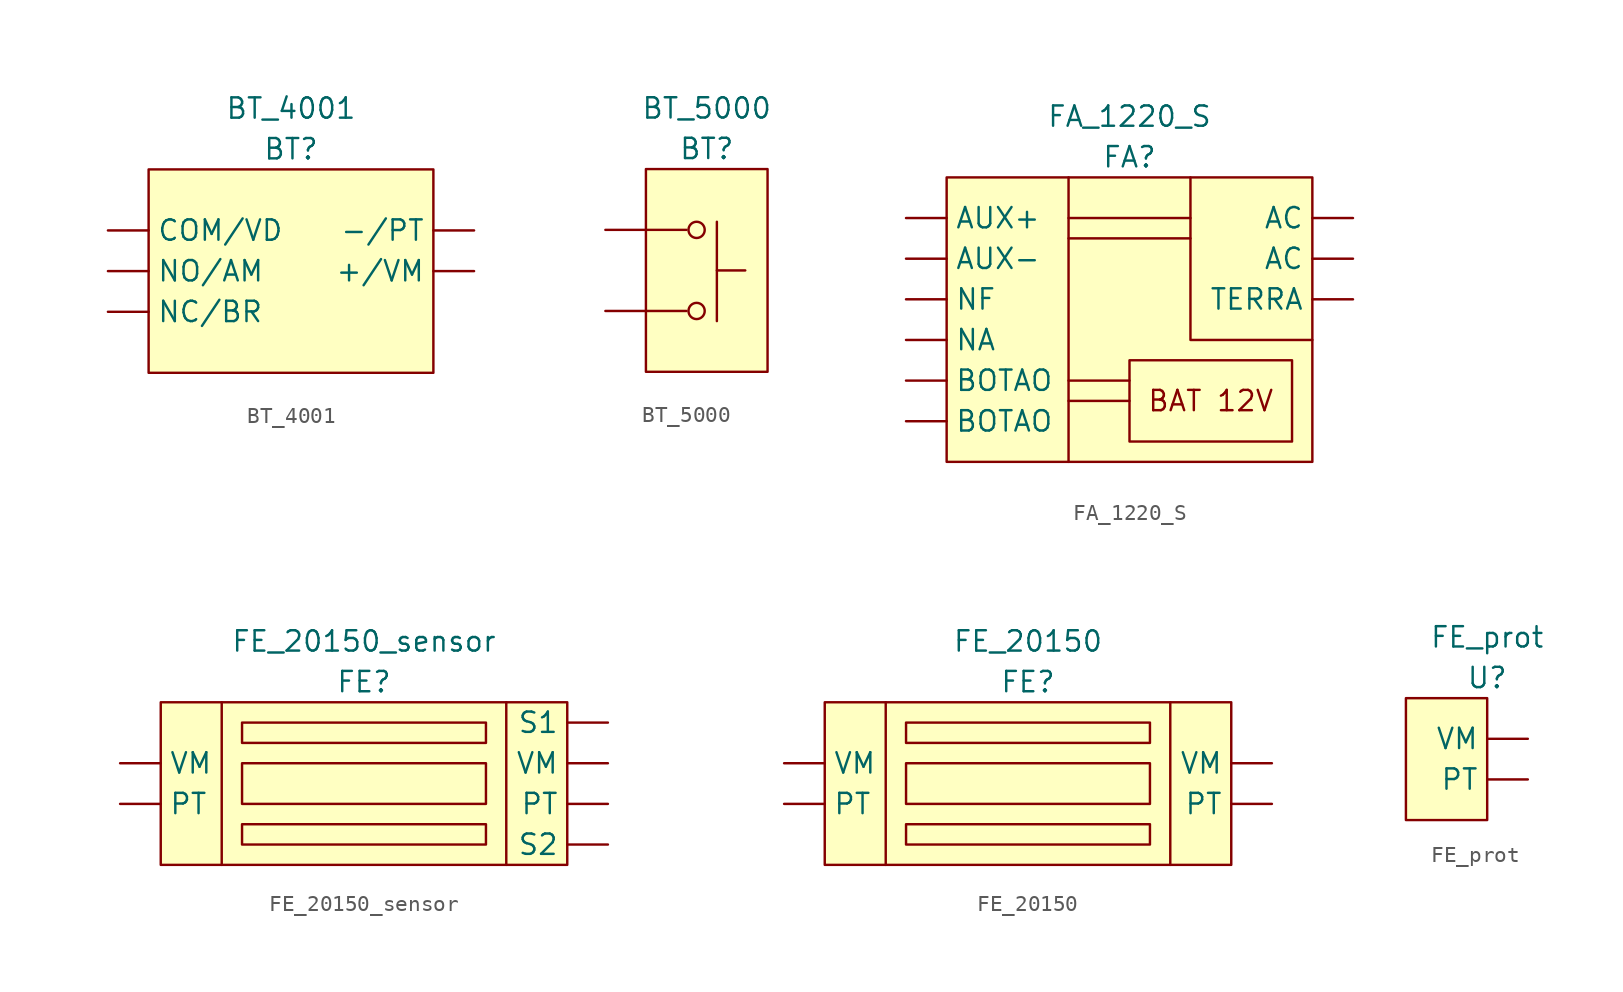
<source format=kicad_sym>
(kicad_symbol_lib
  (version 20211014)
  (generator kicad_symbol_editor)
  (symbol "BT_4001"
    (pin_numbers hide)
    (property "Reference" "BT"
      (at -11.43 5.08 0)
      (effects (font (size 1.27 1.27))))
    (property "Value" "BT_4001"
      (at -11.43 7.62 0)
      (effects (font (size 1.27 1.27))))
    (symbol "BT_4001_0_1"
      (rectangle (start -20.32 3.81) (end -2.54 -8.89) (stroke (width 0) (type default) (color 0 0 0 0)) (fill (type background))))
    (symbol "BT_4001_1_1"
      (pin passive line (at 0 -2.54 180) (length 2.54) (name "+/VM" (effects (font (size 1.27 1.27)))) (number "" (effects (font (size 1.27 1.27)))))
      (pin passive line (at -22.86 0 0) (length 2.54) (name "COM/VD" (effects (font (size 1.27 1.27)))) (number "1" (effects (font (size 1.27 1.27)))))
      (pin passive line (at -22.86 -2.54 0) (length 2.54) (name "NO/AM" (effects (font (size 1.27 1.27)))) (number "2" (effects (font (size 1.27 1.27)))))
      (pin passive line (at -22.86 -5.08 0) (length 2.54) (name "NC/BR" (effects (font (size 1.27 1.27)))) (number "3" (effects (font (size 1.27 1.27)))))
      (pin passive line (at 0 0 180) (length 2.54) (name "-/PT" (effects (font (size 1.27 1.27)))) (number "4" (effects (font (size 1.27 1.27)))))))
  (symbol "BT_5000"
    (pin_numbers hide)
    (property "Reference" "BT"
      (at 6.35 5.08 0)
      (effects (font (size 1.27 1.27))))
    (property "Value" "BT_5000"
      (at 6.35 7.62 0)
      (effects (font (size 1.27 1.27))))
    (symbol "BT_5000_0_1"
      (polyline (pts (xy 2.54 -5.08) (xy 5.08 -5.08)) (stroke (width 0) (type default) (color 0 0 0 0)) (fill (type none)))
      (polyline (pts (xy 2.54 0) (xy 5.08 0)) (stroke (width 0) (type default) (color 0 0 0 0)) (fill (type none)))
      (polyline (pts (xy 6.985 -5.715) (xy 6.985 0.508)) (stroke (width 0) (type default) (color 0 0 0 0)) (fill (type none)))
      (polyline (pts (xy 6.985 -2.54) (xy 8.763 -2.54)) (stroke (width 0) (type default) (color 0 0 0 0)) (fill (type none)))
      (rectangle (start 2.54 3.81) (end 10.16 -8.89) (stroke (width 0) (type default) (color 0 0 0 0)) (fill (type background)))
      (circle (center 5.715 -5.08) (radius 0.508) (stroke (width 0) (type default) (color 0 0 0 0)) (fill (type none)))
      (circle (center 5.715 0) (radius 0.508) (stroke (width 0) (type default) (color 0 0 0 0)) (fill (type none))))
    (symbol "BT_5000_1_1"
      (pin passive line (at 0 0 0) (length 2.54) (name "" (effects (font (size 1.27 1.27)))) (number "1" (effects (font (size 1.27 1.27)))))
      (pin passive line (at 0 -5.08 0) (length 2.54) (name "" (effects (font (size 1.27 1.27)))) (number "2" (effects (font (size 1.27 1.27)))))))
  (symbol "FA_1220_S"
    (pin_numbers hide)
    (property "Reference" "FA"
      (at -13.97 3.81 0)
      (effects (font (size 1.27 1.27))))
    (property "Value" "FA_1220_S"
      (at -13.97 6.35 0)
      (effects (font (size 1.27 1.27))))
    (symbol "FA_1220_S_0_0"
      (polyline (pts (xy -17.78 -11.43) (xy -13.97 -11.43)) (stroke (width 0) (type default) (color 0 0 0 0)) (fill (type none)))
      (polyline (pts (xy -17.78 -10.16) (xy -13.97 -10.16)) (stroke (width 0) (type default) (color 0 0 0 0)) (fill (type none)))
      (text "BAT 12V" (at -8.89 -11.43 0) (effects (font (size 1.27 1.27)))))
    (symbol "FA_1220_S_0_1"
      (rectangle (start -25.4 2.54) (end -2.54 -15.24) (stroke (width 0) (type default) (color 0 0 0 0)) (fill (type background)))
      (rectangle (start -3.81 -13.97) (end -13.97 -8.89) (stroke (width 0) (type default) (color 0 0 0 0)) (fill (type none)))
      (polyline (pts (xy -17.78 -15.24) (xy -17.78 2.54)) (stroke (width 0) (type default) (color 0 0 0 0)) (fill (type none)))
      (polyline (pts (xy -17.78 -1.27) (xy -10.16 -1.27)) (stroke (width 0) (type default) (color 0 0 0 0)) (fill (type none)))
      (polyline (pts (xy -17.78 0) (xy -10.16 0)) (stroke (width 0) (type default) (color 0 0 0 0)) (fill (type none)))
      (polyline (pts (xy -10.16 2.54) (xy -10.16 -7.62) (xy -2.54 -7.62)) (stroke (width 0) (type default) (color 0 0 0 0)) (fill (type none))))
    (symbol "FA_1220_S_1_1"
      (pin power_in line (at 0 0 180) (length 2.54) (name "AC" (effects (font (size 1.27 1.27)))) (number "1" (effects (font (size 1.27 1.27)))))
      (pin power_in line (at 0 -2.54 180) (length 2.54) (name "AC" (effects (font (size 1.27 1.27)))) (number "2" (effects (font (size 1.27 1.27)))))
      (pin passive line (at 0 -5.08 180) (length 2.54) (name "TERRA" (effects (font (size 1.27 1.27)))) (number "3" (effects (font (size 1.27 1.27)))))
      (pin power_out line (at -27.94 0 0) (length 2.54) (name "AUX+" (effects (font (size 1.27 1.27)))) (number "4" (effects (font (size 1.27 1.27)))))
      (pin power_out line (at -27.94 -2.54 0) (length 2.54) (name "AUX-" (effects (font (size 1.27 1.27)))) (number "5" (effects (font (size 1.27 1.27)))))
      (pin output line (at -27.94 -5.08 0) (length 2.54) (name "NF" (effects (font (size 1.27 1.27)))) (number "6" (effects (font (size 1.27 1.27)))))
      (pin output line (at -27.94 -7.62 0) (length 2.54) (name "NA" (effects (font (size 1.27 1.27)))) (number "7" (effects (font (size 1.27 1.27)))))
      (pin passive line (at -27.94 -10.16 0) (length 2.54) (name "BOTAO" (effects (font (size 1.27 1.27)))) (number "8" (effects (font (size 1.27 1.27)))))
      (pin passive line (at -27.94 -12.7 0) (length 2.54) (name "BOTAO" (effects (font (size 1.27 1.27)))) (number "9" (effects (font (size 1.27 1.27)))))))
  (symbol "FE_20150_sensor"
    (pin_numbers hide)
    (property "Reference" "FE"
      (at -15.24 5.08 0)
      (effects (font (size 1.27 1.27))))
    (property "Value" "FE_20150_sensor"
      (at -15.24 7.62 0)
      (effects (font (size 1.27 1.27))))
    (symbol "FE_20150_sensor_0_1"
      (rectangle (start -27.94 3.81) (end -2.54 -6.35) (stroke (width 0) (type default) (color 0 0 0 0)) (fill (type background)))
      (rectangle (start -22.86 -3.81) (end -7.62 -5.08) (stroke (width 0) (type default) (color 0 0 0 0)) (fill (type none)))
      (rectangle (start -22.86 0) (end -7.62 -2.54) (stroke (width 0) (type default) (color 0 0 0 0)) (fill (type none)))
      (rectangle (start -22.86 2.54) (end -7.62 1.27) (stroke (width 0) (type default) (color 0 0 0 0)) (fill (type none)))
      (polyline (pts (xy -24.13 3.81) (xy -24.13 -6.35)) (stroke (width 0) (type default) (color 0 0 0 0)) (fill (type none)))
      (polyline (pts (xy -6.35 3.81) (xy -6.35 -6.35)) (stroke (width 0) (type default) (color 0 0 0 0)) (fill (type none))))
    (symbol "FE_20150_sensor_1_1"
      (pin passive line (at 0 0 180) (length 2.54) (name "VM" (effects (font (size 1.27 1.27)))) (number "1" (effects (font (size 1.27 1.27)))))
      (pin passive line (at 0 -2.54 180) (length 2.54) (name "PT" (effects (font (size 1.27 1.27)))) (number "2" (effects (font (size 1.27 1.27)))))
      (pin passive line (at -30.48 0 0) (length 2.54) (name "VM" (effects (font (size 1.27 1.27)))) (number "3" (effects (font (size 1.27 1.27)))))
      (pin passive line (at -30.48 -2.54 0) (length 2.54) (name "PT" (effects (font (size 1.27 1.27)))) (number "4" (effects (font (size 1.27 1.27)))))
      (pin passive line (at 0 2.54 180) (length 2.54) (name "S1" (effects (font (size 1.27 1.27)))) (number "5" (effects (font (size 1.27 1.27)))))
      (pin passive line (at 0 -5.08 180) (length 2.54) (name "S2" (effects (font (size 1.27 1.27)))) (number "6" (effects (font (size 1.27 1.27)))))))
  (symbol "FE_20150"
    (pin_numbers hide)
    (property "Reference" "FE"
      (at -15.24 5.08 0)
      (effects (font (size 1.27 1.27))))
    (property "Value" "FE_20150"
      (at -15.24 7.62 0)
      (effects (font (size 1.27 1.27))))
    (symbol "FE_20150_0_1"
      (rectangle (start -27.94 3.81) (end -2.54 -6.35) (stroke (width 0) (type default) (color 0 0 0 0)) (fill (type background)))
      (rectangle (start -22.86 -3.81) (end -7.62 -5.08) (stroke (width 0) (type default) (color 0 0 0 0)) (fill (type none)))
      (rectangle (start -22.86 0) (end -7.62 -2.54) (stroke (width 0) (type default) (color 0 0 0 0)) (fill (type none)))
      (rectangle (start -22.86 2.54) (end -7.62 1.27) (stroke (width 0) (type default) (color 0 0 0 0)) (fill (type none)))
      (polyline (pts (xy -24.13 3.81) (xy -24.13 -6.35)) (stroke (width 0) (type default) (color 0 0 0 0)) (fill (type none)))
      (polyline (pts (xy -6.35 3.81) (xy -6.35 -6.35)) (stroke (width 0) (type default) (color 0 0 0 0)) (fill (type none))))
    (symbol "FE_20150_1_1"
      (pin passive line (at 0 0 180) (length 2.54) (name "VM" (effects (font (size 1.27 1.27)))) (number "1" (effects (font (size 1.27 1.27)))))
      (pin passive line (at 0 -2.54 180) (length 2.54) (name "PT" (effects (font (size 1.27 1.27)))) (number "2" (effects (font (size 1.27 1.27)))))
      (pin passive line (at -30.48 0 0) (length 2.54) (name "VM" (effects (font (size 1.27 1.27)))) (number "3" (effects (font (size 1.27 1.27)))))
      (pin passive line (at -30.48 -2.54 0) (length 2.54) (name "PT" (effects (font (size 1.27 1.27)))) (number "4" (effects (font (size 1.27 1.27)))))))
  (symbol "FE_prot"
    (pin_numbers hide)
    (property "Reference" "U"
      (at -2.54 3.81 0)
      (effects (font (size 1.27 1.27))))
    (property "Value" "FE_prot"
      (at -2.54 6.35 0)
      (effects (font (size 1.27 1.27))))
    (symbol "FE_prot_0_1"
      (rectangle (start -2.54 -5.08) (end -7.62 2.54) (stroke (width 0) (type default) (color 0 0 0 0)) (fill (type background))))
    (symbol "FE_prot_1_1"
      (pin passive line (at 0 0 180) (length 2.54) (name "VM" (effects (font (size 1.27 1.27)))) (number "1" (effects (font (size 1.27 1.27)))))
      (pin passive line (at 0 -2.54 180) (length 2.54) (name "PT" (effects (font (size 1.27 1.27)))) (number "2" (effects (font (size 1.27 1.27))))))))
</source>
